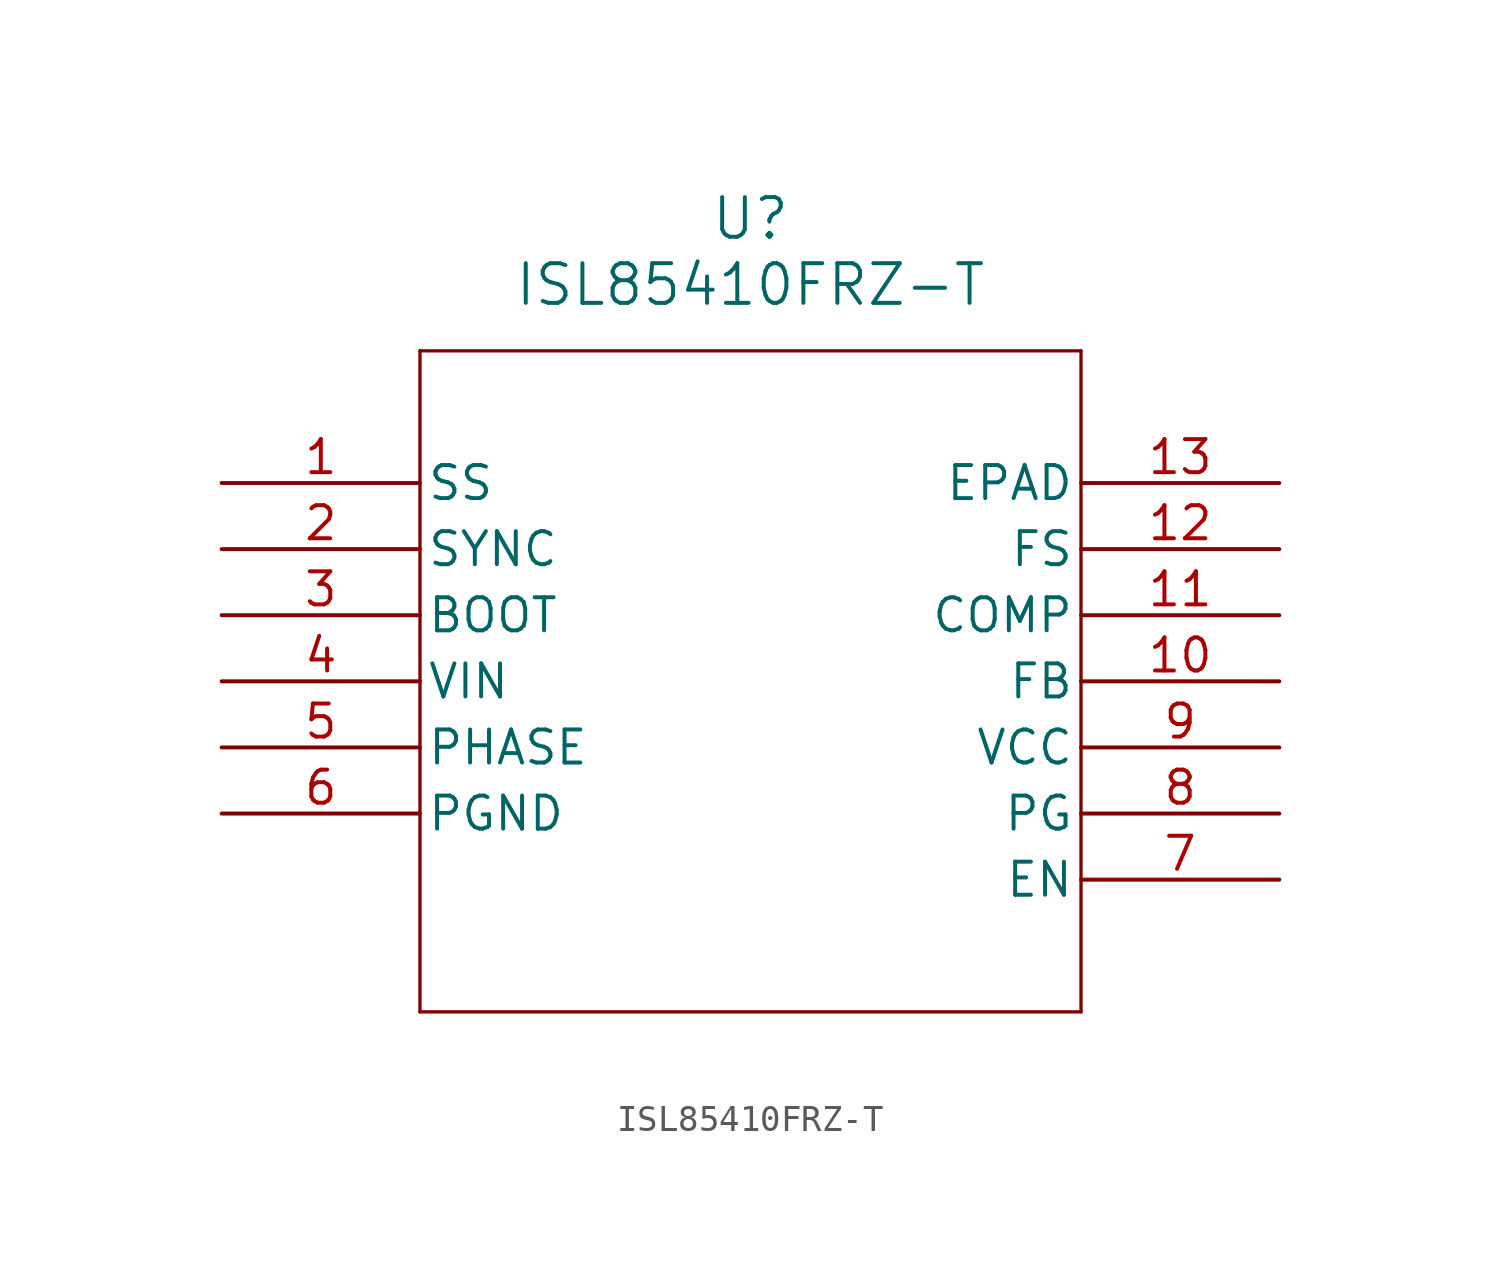
<source format=kicad_sym>
(kicad_symbol_lib
  (version 20211014)
  (generator kicad_symbol_editor)
  (symbol "ISL85410FRZ-T"
    (pin_names
      (offset 0.254))
    (property "Reference" "U"
      (at 20.32 10.16 0)
      (effects (font (size 1.524 1.524))))
    (property "Value" "ISL85410FRZ-T"
      (at 20.32 7.62 0)
      (effects (font (size 1.524 1.524))))
    (symbol "ISL85410FRZ-T_0_1"
      (polyline (pts (xy 7.62 5.08) (xy 7.62 -20.32)) (stroke (width 0.127) (type default) (color 0 0 0 0)) (fill (type none)))
      (polyline (pts (xy 7.62 -20.32) (xy 33.02 -20.32)) (stroke (width 0.127) (type default) (color 0 0 0 0)) (fill (type none)))
      (polyline (pts (xy 33.02 -20.32) (xy 33.02 5.08)) (stroke (width 0.127) (type default) (color 0 0 0 0)) (fill (type none)))
      (polyline (pts (xy 33.02 5.08) (xy 7.62 5.08)) (stroke (width 0.127) (type default) (color 0 0 0 0)) (fill (type none)))
      (pin output line (at 0 0 0) (length 7.62) (name "SS" (effects (font (size 1.27 1.27)))) (number "1" (effects (font (size 1.27 1.27)))))
      (pin input line (at 0 -2.54 0) (length 7.62) (name "SYNC" (effects (font (size 1.27 1.27)))) (number "2" (effects (font (size 1.27 1.27)))))
      (pin unspecified line (at 0 -5.08 0) (length 7.62) (name "BOOT" (effects (font (size 1.27 1.27)))) (number "3" (effects (font (size 1.27 1.27)))))
      (pin input line (at 0 -7.62 0) (length 7.62) (name "VIN" (effects (font (size 1.27 1.27)))) (number "4" (effects (font (size 1.27 1.27)))))
      (pin output line (at 0 -10.16 0) (length 7.62) (name "PHASE" (effects (font (size 1.27 1.27)))) (number "5" (effects (font (size 1.27 1.27)))))
      (pin power_in line (at 0 -12.7 0) (length 7.62) (name "PGND" (effects (font (size 1.27 1.27)))) (number "6" (effects (font (size 1.27 1.27)))))
      (pin input line (at 40.64 -15.24 180) (length 7.62) (name "EN" (effects (font (size 1.27 1.27)))) (number "7" (effects (font (size 1.27 1.27)))))
      (pin output line (at 40.64 -12.7 180) (length 7.62) (name "PG" (effects (font (size 1.27 1.27)))) (number "8" (effects (font (size 1.27 1.27)))))
      (pin power_in line (at 40.64 -10.16 180) (length 7.62) (name "VCC" (effects (font (size 1.27 1.27)))) (number "9" (effects (font (size 1.27 1.27)))))
      (pin input line (at 40.64 -7.62 180) (length 7.62) (name "FB" (effects (font (size 1.27 1.27)))) (number "10" (effects (font (size 1.27 1.27)))))
      (pin output line (at 40.64 -5.08 180) (length 7.62) (name "COMP" (effects (font (size 1.27 1.27)))) (number "11" (effects (font (size 1.27 1.27)))))
      (pin unspecified line (at 40.64 -2.54 180) (length 7.62) (name "FS" (effects (font (size 1.27 1.27)))) (number "12" (effects (font (size 1.27 1.27)))))
      (pin unspecified line (at 40.64 0 180) (length 7.62) (name "EPAD" (effects (font (size 1.27 1.27)))) (number "13" (effects (font (size 1.27 1.27))))))))
</source>
